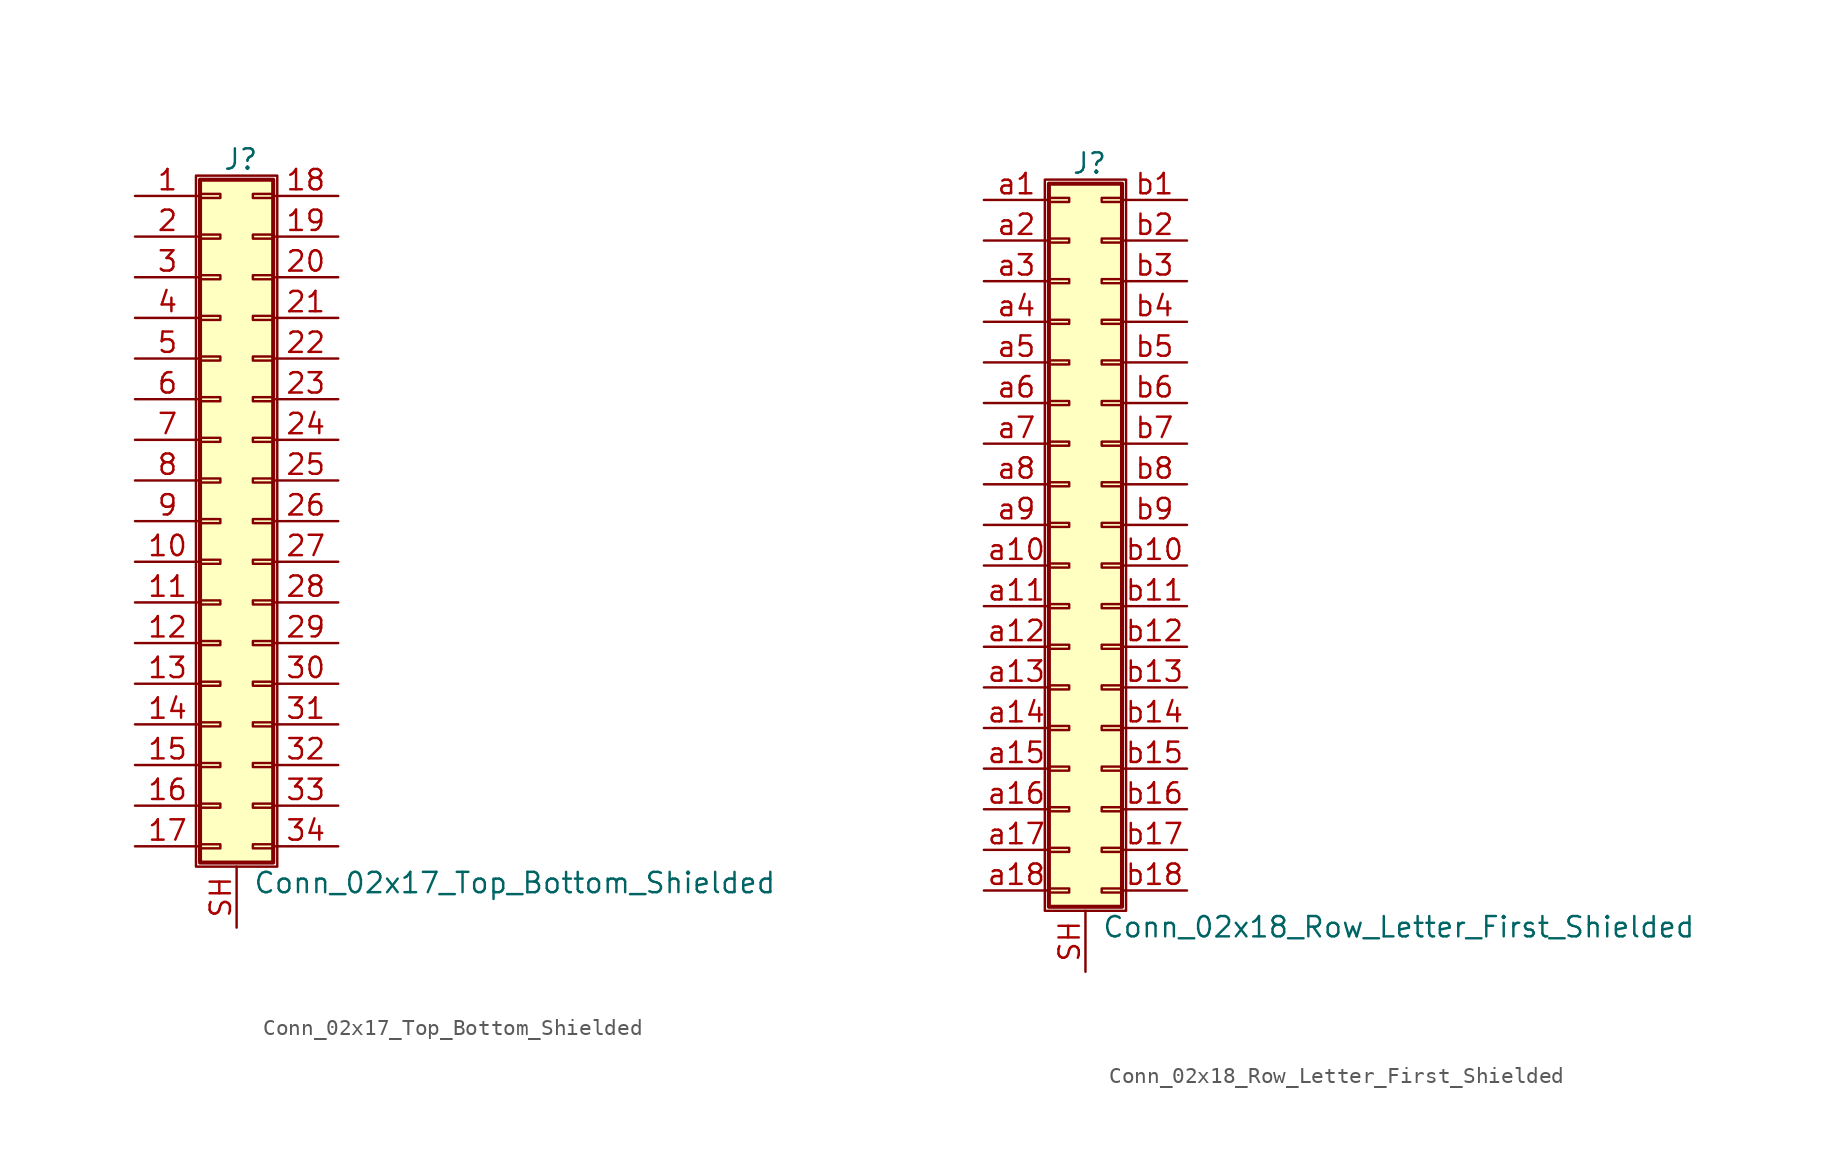
<source format=kicad_sym>
(kicad_symbol_lib
  (version 20201005)
  (generator kicad_symbol_editor)
  (symbol "Conn_02x17_Top_Bottom_Shielded"
    (pin_names
      (offset 1.016) hide)
    (property "Reference" "J"
      (at 1.524 22.606 0)
      (effects (font (size 1.27 1.27))))
    (property "Value" "Conn_02x17_Top_Bottom_Shielded"
      (at 2.286 -22.606 0)
      (effects (font (size 1.27 1.27)) (justify left)))
    (symbol "Conn_02x17_Top_Bottom_Shielded_1_1"
      (rectangle (start -1.27 21.59) (end 3.81 -21.59) (stroke (width 0.152)) (fill (type none)))
      (rectangle (start -1.016 -20.193) (end 0.254 -20.447) (stroke (width 0.152)) (fill (type none)))
      (rectangle (start -1.016 -17.653) (end 0.254 -17.907) (stroke (width 0.152)) (fill (type none)))
      (rectangle (start -1.016 -15.113) (end 0.254 -15.367) (stroke (width 0.152)) (fill (type none)))
      (rectangle (start -1.016 -12.573) (end 0.254 -12.827) (stroke (width 0.152)) (fill (type none)))
      (rectangle (start -1.016 -10.033) (end 0.254 -10.287) (stroke (width 0.152)) (fill (type none)))
      (rectangle (start -1.016 -7.493) (end 0.254 -7.747) (stroke (width 0.152)) (fill (type none)))
      (rectangle (start -1.016 -4.953) (end 0.254 -5.207) (stroke (width 0.152)) (fill (type none)))
      (rectangle (start -1.016 -2.413) (end 0.254 -2.667) (stroke (width 0.152)) (fill (type none)))
      (rectangle (start -1.016 0.127) (end 0.254 -0.127) (stroke (width 0.152)) (fill (type none)))
      (rectangle (start -1.016 2.667) (end 0.254 2.413) (stroke (width 0.152)) (fill (type none)))
      (rectangle (start -1.016 5.207) (end 0.254 4.953) (stroke (width 0.152)) (fill (type none)))
      (rectangle (start -1.016 7.747) (end 0.254 7.493) (stroke (width 0.152)) (fill (type none)))
      (rectangle (start -1.016 10.287) (end 0.254 10.033) (stroke (width 0.152)) (fill (type none)))
      (rectangle (start -1.016 12.827) (end 0.254 12.573) (stroke (width 0.152)) (fill (type none)))
      (rectangle (start -1.016 15.367) (end 0.254 15.113) (stroke (width 0.152)) (fill (type none)))
      (rectangle (start -1.016 17.907) (end 0.254 17.653) (stroke (width 0.152)) (fill (type none)))
      (rectangle (start -1.016 20.447) (end 0.254 20.193) (stroke (width 0.152)) (fill (type none)))
      (rectangle (start -1.016 21.336) (end 3.556 -21.336) (stroke (width 0.254)) (fill (type background)))
      (rectangle (start 3.556 -20.193) (end 2.286 -20.447) (stroke (width 0.152)) (fill (type none)))
      (rectangle (start 3.556 -17.653) (end 2.286 -17.907) (stroke (width 0.152)) (fill (type none)))
      (rectangle (start 3.556 -15.113) (end 2.286 -15.367) (stroke (width 0.152)) (fill (type none)))
      (rectangle (start 3.556 -12.573) (end 2.286 -12.827) (stroke (width 0.152)) (fill (type none)))
      (rectangle (start 3.556 -10.033) (end 2.286 -10.287) (stroke (width 0.152)) (fill (type none)))
      (rectangle (start 3.556 -7.493) (end 2.286 -7.747) (stroke (width 0.152)) (fill (type none)))
      (rectangle (start 3.556 -4.953) (end 2.286 -5.207) (stroke (width 0.152)) (fill (type none)))
      (rectangle (start 3.556 -2.413) (end 2.286 -2.667) (stroke (width 0.152)) (fill (type none)))
      (rectangle (start 3.556 0.127) (end 2.286 -0.127) (stroke (width 0.152)) (fill (type none)))
      (rectangle (start 3.556 2.667) (end 2.286 2.413) (stroke (width 0.152)) (fill (type none)))
      (rectangle (start 3.556 5.207) (end 2.286 4.953) (stroke (width 0.152)) (fill (type none)))
      (rectangle (start 3.556 7.747) (end 2.286 7.493) (stroke (width 0.152)) (fill (type none)))
      (rectangle (start 3.556 10.287) (end 2.286 10.033) (stroke (width 0.152)) (fill (type none)))
      (rectangle (start 3.556 12.827) (end 2.286 12.573) (stroke (width 0.152)) (fill (type none)))
      (rectangle (start 3.556 15.367) (end 2.286 15.113) (stroke (width 0.152)) (fill (type none)))
      (rectangle (start 3.556 17.907) (end 2.286 17.653) (stroke (width 0.152)) (fill (type none)))
      (rectangle (start 3.556 20.447) (end 2.286 20.193) (stroke (width 0.152)) (fill (type none)))
      (pin passive line (at -5.08 20.32 0) (length 4.064) (name "Pin_1" (effects (font (size 1.27 1.27)))) (number "1" (effects (font (size 1.27 1.27)))))
      (pin passive line (at -5.08 -2.54 0) (length 4.064) (name "Pin_10" (effects (font (size 1.27 1.27)))) (number "10" (effects (font (size 1.27 1.27)))))
      (pin passive line (at -5.08 -5.08 0) (length 4.064) (name "Pin_11" (effects (font (size 1.27 1.27)))) (number "11" (effects (font (size 1.27 1.27)))))
      (pin passive line (at -5.08 -7.62 0) (length 4.064) (name "Pin_12" (effects (font (size 1.27 1.27)))) (number "12" (effects (font (size 1.27 1.27)))))
      (pin passive line (at -5.08 -10.16 0) (length 4.064) (name "Pin_13" (effects (font (size 1.27 1.27)))) (number "13" (effects (font (size 1.27 1.27)))))
      (pin passive line (at -5.08 -12.7 0) (length 4.064) (name "Pin_14" (effects (font (size 1.27 1.27)))) (number "14" (effects (font (size 1.27 1.27)))))
      (pin passive line (at -5.08 -15.24 0) (length 4.064) (name "Pin_15" (effects (font (size 1.27 1.27)))) (number "15" (effects (font (size 1.27 1.27)))))
      (pin passive line (at -5.08 -17.78 0) (length 4.064) (name "Pin_16" (effects (font (size 1.27 1.27)))) (number "16" (effects (font (size 1.27 1.27)))))
      (pin passive line (at -5.08 -20.32 0) (length 4.064) (name "Pin_17" (effects (font (size 1.27 1.27)))) (number "17" (effects (font (size 1.27 1.27)))))
      (pin passive line (at 7.62 20.32 180) (length 4.064) (name "Pin_18" (effects (font (size 1.27 1.27)))) (number "18" (effects (font (size 1.27 1.27)))))
      (pin passive line (at 7.62 17.78 180) (length 4.064) (name "Pin_19" (effects (font (size 1.27 1.27)))) (number "19" (effects (font (size 1.27 1.27)))))
      (pin passive line (at -5.08 17.78 0) (length 4.064) (name "Pin_2" (effects (font (size 1.27 1.27)))) (number "2" (effects (font (size 1.27 1.27)))))
      (pin passive line (at 7.62 15.24 180) (length 4.064) (name "Pin_20" (effects (font (size 1.27 1.27)))) (number "20" (effects (font (size 1.27 1.27)))))
      (pin passive line (at 7.62 12.7 180) (length 4.064) (name "Pin_21" (effects (font (size 1.27 1.27)))) (number "21" (effects (font (size 1.27 1.27)))))
      (pin passive line (at 7.62 10.16 180) (length 4.064) (name "Pin_22" (effects (font (size 1.27 1.27)))) (number "22" (effects (font (size 1.27 1.27)))))
      (pin passive line (at 7.62 7.62 180) (length 4.064) (name "Pin_23" (effects (font (size 1.27 1.27)))) (number "23" (effects (font (size 1.27 1.27)))))
      (pin passive line (at 7.62 5.08 180) (length 4.064) (name "Pin_24" (effects (font (size 1.27 1.27)))) (number "24" (effects (font (size 1.27 1.27)))))
      (pin passive line (at 7.62 2.54 180) (length 4.064) (name "Pin_25" (effects (font (size 1.27 1.27)))) (number "25" (effects (font (size 1.27 1.27)))))
      (pin passive line (at 7.62 0 180) (length 4.064) (name "Pin_26" (effects (font (size 1.27 1.27)))) (number "26" (effects (font (size 1.27 1.27)))))
      (pin passive line (at 7.62 -2.54 180) (length 4.064) (name "Pin_27" (effects (font (size 1.27 1.27)))) (number "27" (effects (font (size 1.27 1.27)))))
      (pin passive line (at 7.62 -5.08 180) (length 4.064) (name "Pin_28" (effects (font (size 1.27 1.27)))) (number "28" (effects (font (size 1.27 1.27)))))
      (pin passive line (at 7.62 -7.62 180) (length 4.064) (name "Pin_29" (effects (font (size 1.27 1.27)))) (number "29" (effects (font (size 1.27 1.27)))))
      (pin passive line (at -5.08 15.24 0) (length 4.064) (name "Pin_3" (effects (font (size 1.27 1.27)))) (number "3" (effects (font (size 1.27 1.27)))))
      (pin passive line (at 7.62 -10.16 180) (length 4.064) (name "Pin_30" (effects (font (size 1.27 1.27)))) (number "30" (effects (font (size 1.27 1.27)))))
      (pin passive line (at 7.62 -12.7 180) (length 4.064) (name "Pin_31" (effects (font (size 1.27 1.27)))) (number "31" (effects (font (size 1.27 1.27)))))
      (pin passive line (at 7.62 -15.24 180) (length 4.064) (name "Pin_32" (effects (font (size 1.27 1.27)))) (number "32" (effects (font (size 1.27 1.27)))))
      (pin passive line (at 7.62 -17.78 180) (length 4.064) (name "Pin_33" (effects (font (size 1.27 1.27)))) (number "33" (effects (font (size 1.27 1.27)))))
      (pin passive line (at 7.62 -20.32 180) (length 4.064) (name "Pin_34" (effects (font (size 1.27 1.27)))) (number "34" (effects (font (size 1.27 1.27)))))
      (pin passive line (at -5.08 12.7 0) (length 4.064) (name "Pin_4" (effects (font (size 1.27 1.27)))) (number "4" (effects (font (size 1.27 1.27)))))
      (pin passive line (at -5.08 10.16 0) (length 4.064) (name "Pin_5" (effects (font (size 1.27 1.27)))) (number "5" (effects (font (size 1.27 1.27)))))
      (pin passive line (at -5.08 7.62 0) (length 4.064) (name "Pin_6" (effects (font (size 1.27 1.27)))) (number "6" (effects (font (size 1.27 1.27)))))
      (pin passive line (at -5.08 5.08 0) (length 4.064) (name "Pin_7" (effects (font (size 1.27 1.27)))) (number "7" (effects (font (size 1.27 1.27)))))
      (pin passive line (at -5.08 2.54 0) (length 4.064) (name "Pin_8" (effects (font (size 1.27 1.27)))) (number "8" (effects (font (size 1.27 1.27)))))
      (pin passive line (at -5.08 0 0) (length 4.064) (name "Pin_9" (effects (font (size 1.27 1.27)))) (number "9" (effects (font (size 1.27 1.27)))))
      (pin passive line (at 1.27 -25.4 90) (length 3.81) (name "Shield" (effects (font (size 1.27 1.27)))) (number "SH" (effects (font (size 1.27 1.27)))))))
  (symbol "Conn_02x18_Row_Letter_First_Shielded"
    (pin_names
      (offset 1.016) hide)
    (property "Reference" "J"
      (at 1.524 22.606 0)
      (effects (font (size 1.27 1.27))))
    (property "Value" "Conn_02x18_Row_Letter_First_Shielded"
      (at 2.286 -25.146 0)
      (effects (font (size 1.27 1.27)) (justify left)))
    (symbol "Conn_02x18_Row_Letter_First_Shielded_1_1"
      (rectangle (start -1.27 21.59) (end 3.81 -24.13) (stroke (width 0.152)) (fill (type none)))
      (rectangle (start -1.016 -22.733) (end 0.254 -22.987) (stroke (width 0.152)) (fill (type none)))
      (rectangle (start -1.016 -20.193) (end 0.254 -20.447) (stroke (width 0.152)) (fill (type none)))
      (rectangle (start -1.016 -17.653) (end 0.254 -17.907) (stroke (width 0.152)) (fill (type none)))
      (rectangle (start -1.016 -15.113) (end 0.254 -15.367) (stroke (width 0.152)) (fill (type none)))
      (rectangle (start -1.016 -12.573) (end 0.254 -12.827) (stroke (width 0.152)) (fill (type none)))
      (rectangle (start -1.016 -10.033) (end 0.254 -10.287) (stroke (width 0.152)) (fill (type none)))
      (rectangle (start -1.016 -7.493) (end 0.254 -7.747) (stroke (width 0.152)) (fill (type none)))
      (rectangle (start -1.016 -4.953) (end 0.254 -5.207) (stroke (width 0.152)) (fill (type none)))
      (rectangle (start -1.016 -2.413) (end 0.254 -2.667) (stroke (width 0.152)) (fill (type none)))
      (rectangle (start -1.016 0.127) (end 0.254 -0.127) (stroke (width 0.152)) (fill (type none)))
      (rectangle (start -1.016 2.667) (end 0.254 2.413) (stroke (width 0.152)) (fill (type none)))
      (rectangle (start -1.016 5.207) (end 0.254 4.953) (stroke (width 0.152)) (fill (type none)))
      (rectangle (start -1.016 7.747) (end 0.254 7.493) (stroke (width 0.152)) (fill (type none)))
      (rectangle (start -1.016 10.287) (end 0.254 10.033) (stroke (width 0.152)) (fill (type none)))
      (rectangle (start -1.016 12.827) (end 0.254 12.573) (stroke (width 0.152)) (fill (type none)))
      (rectangle (start -1.016 15.367) (end 0.254 15.113) (stroke (width 0.152)) (fill (type none)))
      (rectangle (start -1.016 17.907) (end 0.254 17.653) (stroke (width 0.152)) (fill (type none)))
      (rectangle (start -1.016 20.447) (end 0.254 20.193) (stroke (width 0.152)) (fill (type none)))
      (rectangle (start -1.016 21.336) (end 3.556 -23.876) (stroke (width 0.254)) (fill (type background)))
      (rectangle (start 3.556 -22.733) (end 2.286 -22.987) (stroke (width 0.152)) (fill (type none)))
      (rectangle (start 3.556 -20.193) (end 2.286 -20.447) (stroke (width 0.152)) (fill (type none)))
      (rectangle (start 3.556 -17.653) (end 2.286 -17.907) (stroke (width 0.152)) (fill (type none)))
      (rectangle (start 3.556 -15.113) (end 2.286 -15.367) (stroke (width 0.152)) (fill (type none)))
      (rectangle (start 3.556 -12.573) (end 2.286 -12.827) (stroke (width 0.152)) (fill (type none)))
      (rectangle (start 3.556 -10.033) (end 2.286 -10.287) (stroke (width 0.152)) (fill (type none)))
      (rectangle (start 3.556 -7.493) (end 2.286 -7.747) (stroke (width 0.152)) (fill (type none)))
      (rectangle (start 3.556 -4.953) (end 2.286 -5.207) (stroke (width 0.152)) (fill (type none)))
      (rectangle (start 3.556 -2.413) (end 2.286 -2.667) (stroke (width 0.152)) (fill (type none)))
      (rectangle (start 3.556 0.127) (end 2.286 -0.127) (stroke (width 0.152)) (fill (type none)))
      (rectangle (start 3.556 2.667) (end 2.286 2.413) (stroke (width 0.152)) (fill (type none)))
      (rectangle (start 3.556 5.207) (end 2.286 4.953) (stroke (width 0.152)) (fill (type none)))
      (rectangle (start 3.556 7.747) (end 2.286 7.493) (stroke (width 0.152)) (fill (type none)))
      (rectangle (start 3.556 10.287) (end 2.286 10.033) (stroke (width 0.152)) (fill (type none)))
      (rectangle (start 3.556 12.827) (end 2.286 12.573) (stroke (width 0.152)) (fill (type none)))
      (rectangle (start 3.556 15.367) (end 2.286 15.113) (stroke (width 0.152)) (fill (type none)))
      (rectangle (start 3.556 17.907) (end 2.286 17.653) (stroke (width 0.152)) (fill (type none)))
      (rectangle (start 3.556 20.447) (end 2.286 20.193) (stroke (width 0.152)) (fill (type none)))
      (pin passive line (at 1.27 -27.94 90) (length 3.81) (name "Shield" (effects (font (size 1.27 1.27)))) (number "SH" (effects (font (size 1.27 1.27)))))
      (pin passive line (at -5.08 20.32 0) (length 4.064) (name "Pin_a1" (effects (font (size 1.27 1.27)))) (number "a1" (effects (font (size 1.27 1.27)))))
      (pin passive line (at -5.08 -2.54 0) (length 4.064) (name "Pin_a10" (effects (font (size 1.27 1.27)))) (number "a10" (effects (font (size 1.27 1.27)))))
      (pin passive line (at -5.08 -5.08 0) (length 4.064) (name "Pin_a11" (effects (font (size 1.27 1.27)))) (number "a11" (effects (font (size 1.27 1.27)))))
      (pin passive line (at -5.08 -7.62 0) (length 4.064) (name "Pin_a12" (effects (font (size 1.27 1.27)))) (number "a12" (effects (font (size 1.27 1.27)))))
      (pin passive line (at -5.08 -10.16 0) (length 4.064) (name "Pin_a13" (effects (font (size 1.27 1.27)))) (number "a13" (effects (font (size 1.27 1.27)))))
      (pin passive line (at -5.08 -12.7 0) (length 4.064) (name "Pin_a14" (effects (font (size 1.27 1.27)))) (number "a14" (effects (font (size 1.27 1.27)))))
      (pin passive line (at -5.08 -15.24 0) (length 4.064) (name "Pin_a15" (effects (font (size 1.27 1.27)))) (number "a15" (effects (font (size 1.27 1.27)))))
      (pin passive line (at -5.08 -17.78 0) (length 4.064) (name "Pin_a16" (effects (font (size 1.27 1.27)))) (number "a16" (effects (font (size 1.27 1.27)))))
      (pin passive line (at -5.08 -20.32 0) (length 4.064) (name "Pin_a17" (effects (font (size 1.27 1.27)))) (number "a17" (effects (font (size 1.27 1.27)))))
      (pin passive line (at -5.08 -22.86 0) (length 4.064) (name "Pin_a18" (effects (font (size 1.27 1.27)))) (number "a18" (effects (font (size 1.27 1.27)))))
      (pin passive line (at -5.08 17.78 0) (length 4.064) (name "Pin_a2" (effects (font (size 1.27 1.27)))) (number "a2" (effects (font (size 1.27 1.27)))))
      (pin passive line (at -5.08 15.24 0) (length 4.064) (name "Pin_a3" (effects (font (size 1.27 1.27)))) (number "a3" (effects (font (size 1.27 1.27)))))
      (pin passive line (at -5.08 12.7 0) (length 4.064) (name "Pin_a4" (effects (font (size 1.27 1.27)))) (number "a4" (effects (font (size 1.27 1.27)))))
      (pin passive line (at -5.08 10.16 0) (length 4.064) (name "Pin_a5" (effects (font (size 1.27 1.27)))) (number "a5" (effects (font (size 1.27 1.27)))))
      (pin passive line (at -5.08 7.62 0) (length 4.064) (name "Pin_a6" (effects (font (size 1.27 1.27)))) (number "a6" (effects (font (size 1.27 1.27)))))
      (pin passive line (at -5.08 5.08 0) (length 4.064) (name "Pin_a7" (effects (font (size 1.27 1.27)))) (number "a7" (effects (font (size 1.27 1.27)))))
      (pin passive line (at -5.08 2.54 0) (length 4.064) (name "Pin_a8" (effects (font (size 1.27 1.27)))) (number "a8" (effects (font (size 1.27 1.27)))))
      (pin passive line (at -5.08 0 0) (length 4.064) (name "Pin_a9" (effects (font (size 1.27 1.27)))) (number "a9" (effects (font (size 1.27 1.27)))))
      (pin passive line (at 7.62 20.32 180) (length 4.064) (name "Pin_b1" (effects (font (size 1.27 1.27)))) (number "b1" (effects (font (size 1.27 1.27)))))
      (pin passive line (at 7.62 -2.54 180) (length 4.064) (name "Pin_b10" (effects (font (size 1.27 1.27)))) (number "b10" (effects (font (size 1.27 1.27)))))
      (pin passive line (at 7.62 -5.08 180) (length 4.064) (name "Pin_b11" (effects (font (size 1.27 1.27)))) (number "b11" (effects (font (size 1.27 1.27)))))
      (pin passive line (at 7.62 -7.62 180) (length 4.064) (name "Pin_b12" (effects (font (size 1.27 1.27)))) (number "b12" (effects (font (size 1.27 1.27)))))
      (pin passive line (at 7.62 -10.16 180) (length 4.064) (name "Pin_b13" (effects (font (size 1.27 1.27)))) (number "b13" (effects (font (size 1.27 1.27)))))
      (pin passive line (at 7.62 -12.7 180) (length 4.064) (name "Pin_b14" (effects (font (size 1.27 1.27)))) (number "b14" (effects (font (size 1.27 1.27)))))
      (pin passive line (at 7.62 -15.24 180) (length 4.064) (name "Pin_b15" (effects (font (size 1.27 1.27)))) (number "b15" (effects (font (size 1.27 1.27)))))
      (pin passive line (at 7.62 -17.78 180) (length 4.064) (name "Pin_b16" (effects (font (size 1.27 1.27)))) (number "b16" (effects (font (size 1.27 1.27)))))
      (pin passive line (at 7.62 -20.32 180) (length 4.064) (name "Pin_b17" (effects (font (size 1.27 1.27)))) (number "b17" (effects (font (size 1.27 1.27)))))
      (pin passive line (at 7.62 -22.86 180) (length 4.064) (name "Pin_b18" (effects (font (size 1.27 1.27)))) (number "b18" (effects (font (size 1.27 1.27)))))
      (pin passive line (at 7.62 17.78 180) (length 4.064) (name "Pin_b2" (effects (font (size 1.27 1.27)))) (number "b2" (effects (font (size 1.27 1.27)))))
      (pin passive line (at 7.62 15.24 180) (length 4.064) (name "Pin_b3" (effects (font (size 1.27 1.27)))) (number "b3" (effects (font (size 1.27 1.27)))))
      (pin passive line (at 7.62 12.7 180) (length 4.064) (name "Pin_b4" (effects (font (size 1.27 1.27)))) (number "b4" (effects (font (size 1.27 1.27)))))
      (pin passive line (at 7.62 10.16 180) (length 4.064) (name "Pin_b5" (effects (font (size 1.27 1.27)))) (number "b5" (effects (font (size 1.27 1.27)))))
      (pin passive line (at 7.62 7.62 180) (length 4.064) (name "Pin_b6" (effects (font (size 1.27 1.27)))) (number "b6" (effects (font (size 1.27 1.27)))))
      (pin passive line (at 7.62 5.08 180) (length 4.064) (name "Pin_b7" (effects (font (size 1.27 1.27)))) (number "b7" (effects (font (size 1.27 1.27)))))
      (pin passive line (at 7.62 2.54 180) (length 4.064) (name "Pin_b8" (effects (font (size 1.27 1.27)))) (number "b8" (effects (font (size 1.27 1.27)))))
      (pin passive line (at 7.62 0 180) (length 4.064) (name "Pin_b9" (effects (font (size 1.27 1.27)))) (number "b9" (effects (font (size 1.27 1.27))))))))
</source>
